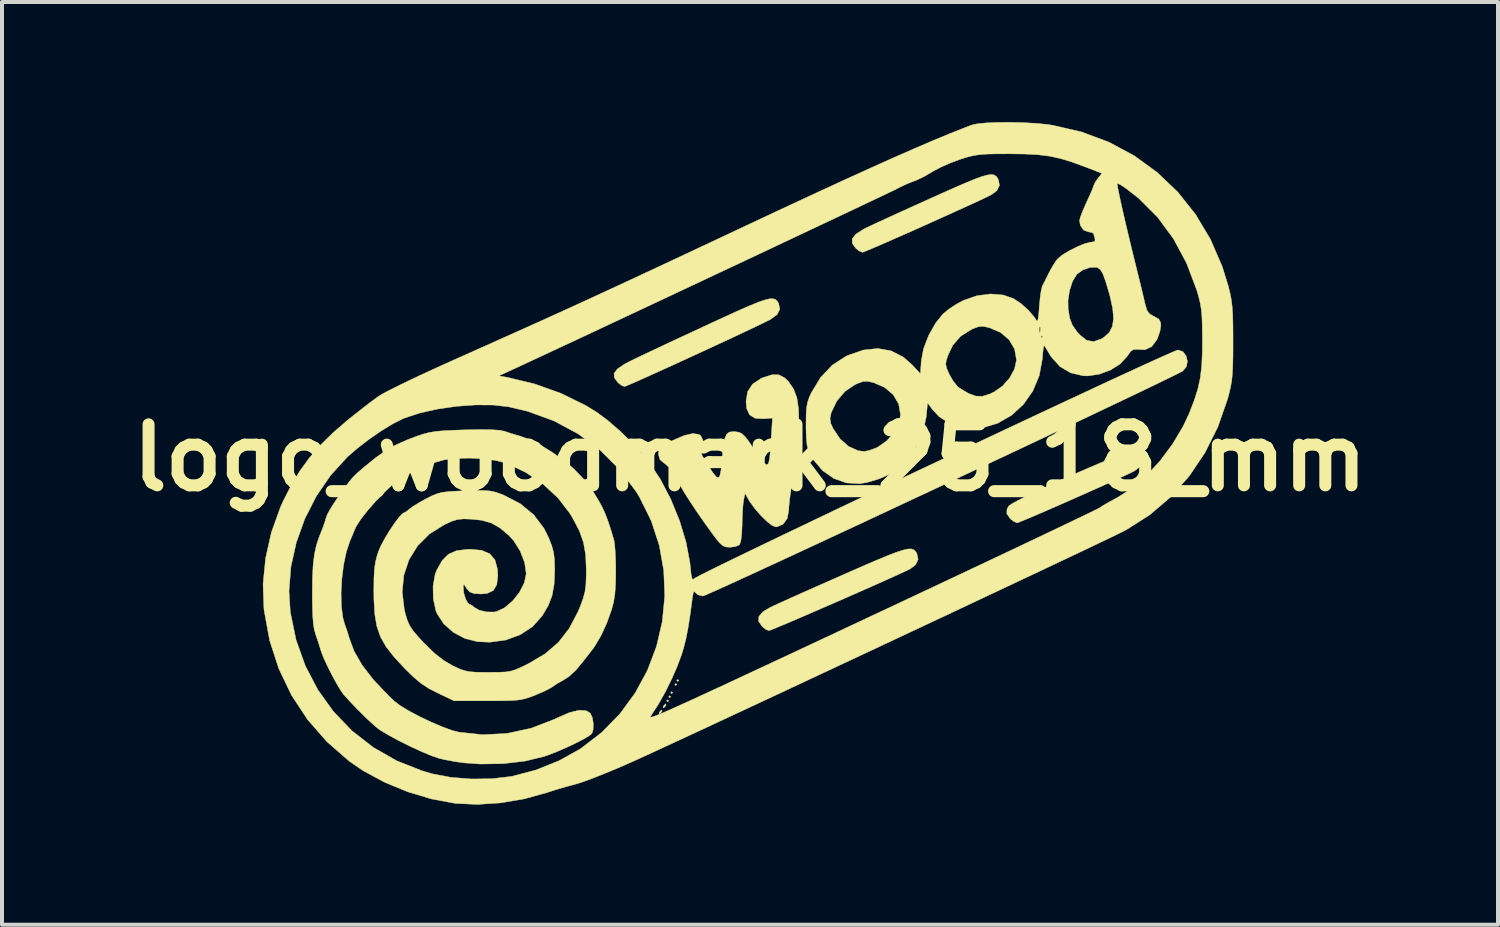
<source format=kicad_pcb>
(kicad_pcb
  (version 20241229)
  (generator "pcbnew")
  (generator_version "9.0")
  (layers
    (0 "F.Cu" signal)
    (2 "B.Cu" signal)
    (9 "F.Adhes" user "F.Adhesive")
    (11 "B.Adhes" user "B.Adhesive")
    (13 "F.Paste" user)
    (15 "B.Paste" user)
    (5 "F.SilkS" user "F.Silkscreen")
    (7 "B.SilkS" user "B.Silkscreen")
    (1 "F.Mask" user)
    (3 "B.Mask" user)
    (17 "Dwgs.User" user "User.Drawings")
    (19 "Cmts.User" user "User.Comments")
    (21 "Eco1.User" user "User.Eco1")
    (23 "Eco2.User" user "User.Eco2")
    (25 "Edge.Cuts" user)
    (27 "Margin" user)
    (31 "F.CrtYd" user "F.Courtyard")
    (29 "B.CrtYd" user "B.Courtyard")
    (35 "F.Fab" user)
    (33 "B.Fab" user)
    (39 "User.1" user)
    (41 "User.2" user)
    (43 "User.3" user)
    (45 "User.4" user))
  (footprint "logo_woodmark_25_18_mm"
    (layer "F.Cu")
    (at 15.683 8.383)
    (property "Reference" "logo_woodmark_25_18_mm" (at 0 0 0) (layer "F.SilkS") (effects (font (size 1.524 1.524) (thickness 0.3))))
    (attr through_hole)
    (fp_poly (pts (xy -2.032 6.071) (xy -2.057 6.096) (xy -2.083 6.071) (xy -2.057 6.045) (xy -2.032 6.071)) (stroke (width 0.01) (type solid)) (fill yes) (layer "F.SilkS"))
    (fp_poly (pts (xy -1.981 5.969) (xy -2.007 5.994) (xy -2.032 5.969) (xy -2.007 5.944) (xy -1.981 5.969)) (stroke (width 0.01) (type solid)) (fill yes) (layer "F.SilkS"))
    (fp_poly (pts (xy -1.93 5.867) (xy -1.956 5.893) (xy -1.981 5.867) (xy -1.956 5.842) (xy -1.93 5.867)) (stroke (width 0.01) (type solid)) (fill yes) (layer "F.SilkS"))
    (fp_poly (pts (xy -1.829 5.664) (xy -1.854 5.69) (xy -1.88 5.664) (xy -1.854 5.639) (xy -1.829 5.664)) (stroke (width 0.01) (type solid)) (fill yes) (layer "F.SilkS"))
    (fp_poly (pts (xy -1.778 5.563) (xy -1.803 5.588) (xy -1.829 5.563) (xy -1.803 5.537) (xy -1.778 5.563)) (stroke (width 0.01) (type solid)) (fill yes) (layer "F.SilkS"))
    (fp_poly (pts (xy -2.2 6.332) (xy -2.21 6.35) (xy -2.258 6.399) (xy -2.267 6.401) (xy -2.27 6.368) (xy -2.261 6.35) (xy -2.213 6.301) (xy -2.204 6.299) (xy -2.2 6.332)) (stroke (width 0.01) (type solid)) (fill yes) (layer "F.SilkS"))
    (fp_poly (pts (xy -2.099 6.18) (xy -2.108 6.198) (xy -2.156 6.246) (xy -2.165 6.248) (xy -2.168 6.216) (xy -2.159 6.198) (xy -2.111 6.149) (xy -2.102 6.147) (xy -2.099 6.18)) (stroke (width 0.01) (type solid)) (fill yes) (layer "F.SilkS"))
    (fp_poly (pts (xy 9.712 -0.103) (xy 9.781 0.028) (xy 9.778 0.155) (xy 9.713 0.246) (xy 9.598 0.332) (xy 9.586 0.338) (xy 9.461 0.399) (xy 9.269 0.489) (xy 9.023 0.602) (xy 8.737 0.731) (xy 8.426 0.87) (xy 8.104 1.013) (xy 7.783 1.155) (xy 7.478 1.288) (xy 7.202 1.408) (xy 6.97 1.507) (xy 6.796 1.579) (xy 6.693 1.62) (xy 6.671 1.626) (xy 6.588 1.592) (xy 6.502 1.524) (xy 6.414 1.399) (xy 6.419 1.28) (xy 6.464 1.203) (xy 6.531 1.155) (xy 6.677 1.074) (xy 6.888 0.968) (xy 7.151 0.841) (xy 7.451 0.702) (xy 7.776 0.554) (xy 8.11 0.405) (xy 8.442 0.261) (xy 8.756 0.127) (xy 9.039 0.01) (xy 9.278 -0.084) (xy 9.458 -0.149) (xy 9.566 -0.179) (xy 9.587 -0.179) (xy 9.712 -0.103)) (stroke (width 0.01) (type solid)) (fill yes) (layer "F.SilkS"))
    (fp_poly (pts (xy 4.09 2.297) (xy 4.134 2.338) (xy 4.168 2.393) (xy 4.199 2.541) (xy 4.133 2.676) (xy 3.997 2.777) (xy 3.886 2.831) (xy 3.703 2.916) (xy 3.461 3.025) (xy 3.172 3.155) (xy 2.848 3.298) (xy 2.503 3.45) (xy 2.149 3.606) (xy 1.798 3.758) (xy 1.463 3.903) (xy 1.158 4.035) (xy 0.893 4.148) (xy 0.682 4.236) (xy 0.538 4.295) (xy 0.473 4.318) (xy 0.471 4.318) (xy 0.39 4.285) (xy 0.305 4.216) (xy 0.215 4.086) (xy 0.221 3.964) (xy 0.325 3.845) (xy 0.502 3.739) (xy 0.604 3.691) (xy 0.787 3.607) (xy 1.037 3.494) (xy 1.341 3.358) (xy 1.687 3.205) (xy 2.062 3.039) (xy 2.322 2.924) (xy 2.768 2.728) (xy 3.132 2.571) (xy 3.421 2.451) (xy 3.646 2.364) (xy 3.816 2.308) (xy 3.941 2.28) (xy 4.029 2.277) (xy 4.09 2.297)) (stroke (width 0.01) (type solid)) (fill yes) (layer "F.SilkS"))
    (fp_poly (pts (xy 6.098 -7.063) (xy 6.15 -7.028) (xy 6.19 -6.973) (xy 6.2 -6.954) (xy 6.231 -6.806) (xy 6.165 -6.671) (xy 6.029 -6.57) (xy 5.908 -6.51) (xy 5.718 -6.42) (xy 5.472 -6.307) (xy 5.183 -6.175) (xy 4.864 -6.031) (xy 4.529 -5.88) (xy 4.191 -5.728) (xy 3.861 -5.582) (xy 3.555 -5.447) (xy 3.284 -5.328) (xy 3.062 -5.233) (xy 2.902 -5.166) (xy 2.817 -5.133) (xy 2.808 -5.131) (xy 2.727 -5.164) (xy 2.642 -5.232) (xy 2.553 -5.357) (xy 2.553 -5.472) (xy 2.645 -5.586) (xy 2.833 -5.706) (xy 2.889 -5.735) (xy 3.009 -5.793) (xy 3.207 -5.885) (xy 3.469 -6.005) (xy 3.778 -6.147) (xy 4.122 -6.303) (xy 4.485 -6.467) (xy 4.556 -6.499) (xy 4.973 -6.686) (xy 5.307 -6.832) (xy 5.569 -6.942) (xy 5.77 -7.017) (xy 5.918 -7.06) (xy 6.024 -7.075) (xy 6.098 -7.063)) (stroke (width 0.01) (type solid)) (fill yes) (layer "F.SilkS"))
    (fp_poly (pts (xy 0.636 -3.952) (xy 0.68 -3.911) (xy 0.714 -3.855) (xy 0.745 -3.71) (xy 0.676 -3.576) (xy 0.506 -3.453) (xy 0.492 -3.446) (xy 0.345 -3.373) (xy 0.132 -3.271) (xy -0.134 -3.144) (xy -0.442 -3) (xy -0.779 -2.843) (xy -1.134 -2.679) (xy -1.494 -2.513) (xy -1.847 -2.351) (xy -2.181 -2.199) (xy -2.483 -2.062) (xy -2.742 -1.946) (xy -2.945 -1.856) (xy -3.081 -1.798) (xy -3.136 -1.778) (xy -3.217 -1.811) (xy -3.302 -1.88) (xy -3.389 -1.998) (xy -3.395 -2.107) (xy -3.314 -2.216) (xy -3.143 -2.334) (xy -3.003 -2.408) (xy -2.875 -2.471) (xy -2.669 -2.569) (xy -2.398 -2.697) (xy -2.077 -2.848) (xy -1.719 -3.015) (xy -1.338 -3.192) (xy -1.108 -3.299) (xy -0.667 -3.503) (xy -0.309 -3.666) (xy -0.023 -3.792) (xy 0.199 -3.882) (xy 0.366 -3.941) (xy 0.489 -3.97) (xy 0.576 -3.973) (xy 0.636 -3.952)) (stroke (width 0.01) (type solid)) (fill yes) (layer "F.SilkS"))
    (fp_poly (pts (xy 0.721 -2.071) (xy 0.869 -1.993) (xy 0.957 -1.906) (xy 1.089 -1.718) (xy 1.171 -1.496) (xy 1.212 -1.217) (xy 1.219 -0.991) (xy 1.21 -0.759) (xy 1.186 -0.454) (xy 1.149 -0.1) (xy 1.102 0.276) (xy 1.048 0.648) (xy 1.017 0.838) (xy 0.989 1.041) (xy 0.97 1.236) (xy 0.965 1.333) (xy 0.927 1.522) (xy 0.826 1.66) (xy 0.678 1.725) (xy 0.64 1.727) (xy 0.548 1.689) (xy 0.418 1.587) (xy 0.27 1.442) (xy 0.123 1.273) (xy -0.002 1.102) (xy -0.054 1.016) (xy -0.123 0.889) (xy -0.157 1.041) (xy -0.173 1.161) (xy -0.187 1.349) (xy -0.196 1.571) (xy -0.197 1.654) (xy -0.207 1.898) (xy -0.229 2.075) (xy -0.26 2.17) (xy -0.264 2.174) (xy -0.353 2.215) (xy -0.49 2.235) (xy -0.508 2.235) (xy -0.605 2.228) (xy -0.684 2.195) (xy -0.767 2.119) (xy -0.876 1.984) (xy -0.939 1.898) (xy -1.136 1.625) (xy -1.327 1.35) (xy -1.498 1.094) (xy -1.635 0.878) (xy -1.719 0.734) (xy -1.804 0.575) (xy -1.892 0.408) (xy -1.896 0.401) (xy -1.999 0.259) (xy -2.125 0.148) (xy -2.138 0.141) (xy -2.249 0.048) (xy -2.286 -0.077) (xy -2.286 -0.099) (xy -2.278 -0.181) (xy -2.24 -0.246) (xy -2.153 -0.312) (xy -2 -0.397) (xy -1.932 -0.431) (xy -1.646 -0.555) (xy -1.427 -0.605) (xy -1.275 -0.582) (xy -1.229 -0.549) (xy -1.176 -0.436) (xy -1.18 -0.301) (xy -1.224 -0.218) (xy -1.236 -0.161) (xy -1.195 -0.054) (xy -1.097 0.116) (xy -1.038 0.208) (xy -0.924 0.378) (xy -0.843 0.477) (xy -0.787 0.498) (xy -0.749 0.437) (xy -0.721 0.287) (xy -0.696 0.042) (xy -0.688 -0.05) (xy -0.662 -0.311) (xy -0.629 -0.487) (xy -0.582 -0.592) (xy -0.513 -0.642) (xy -0.413 -0.653) (xy -0.366 -0.651) (xy -0.279 -0.637) (xy -0.205 -0.603) (xy -0.129 -0.533) (xy -0.034 -0.412) (xy 0.097 -0.222) (xy 0.123 -0.185) (xy 0.256 0.01) (xy 0.352 0.133) (xy 0.417 0.179) (xy 0.461 0.143) (xy 0.489 0.02) (xy 0.51 -0.195) (xy 0.527 -0.458) (xy 0.56 -0.991) (xy 0.336 -0.974) (xy 0.127 -0.987) (xy -0.011 -1.071) (xy -0.084 -1.23) (xy -0.1 -1.41) (xy -0.059 -1.652) (xy 0.064 -1.839) (xy 0.274 -1.98) (xy 0.324 -2.002) (xy 0.548 -2.073) (xy 0.721 -2.071)) (stroke (width 0.01) (type solid)) (fill yes) (layer "F.SilkS"))
    (fp_poly (pts (xy -6.446 -0.7) (xy -6.244 -0.685) (xy -6.135 -0.662) (xy -5.979 -0.61) (xy -5.791 -0.554) (xy -5.736 -0.539) (xy -5.503 -0.452) (xy -5.228 -0.312) (xy -4.938 -0.135) (xy -4.662 0.059) (xy -4.43 0.252) (xy -4.37 0.31) (xy -4.212 0.473) (xy -4.102 0.593) (xy -4.018 0.697) (xy -3.938 0.814) (xy -3.84 0.974) (xy -3.799 1.041) (xy -3.706 1.205) (xy -3.627 1.373) (xy -3.552 1.568) (xy -3.47 1.818) (xy -3.398 2.061) (xy -3.38 2.173) (xy -3.366 2.359) (xy -3.356 2.594) (xy -3.353 2.835) (xy -3.358 3.152) (xy -3.375 3.399) (xy -3.408 3.606) (xy -3.458 3.796) (xy -3.579 4.134) (xy -3.726 4.451) (xy -3.882 4.714) (xy -3.933 4.783) (xy -4.041 4.923) (xy -4.152 5.066) (xy -4.348 5.303) (xy -4.524 5.466) (xy -4.679 5.564) (xy -4.815 5.639) (xy -4.919 5.71) (xy -4.928 5.717) (xy -5.011 5.767) (xy -5.158 5.84) (xy -5.34 5.918) (xy -5.359 5.927) (xy -5.497 5.98) (xy -5.616 6.018) (xy -5.738 6.044) (xy -5.884 6.06) (xy -6.075 6.067) (xy -6.333 6.07) (xy -6.553 6.071) (xy -7.391 6.071) (xy -7.804 5.875) (xy -8.025 5.761) (xy -8.213 5.638) (xy -8.4 5.482) (xy -8.617 5.27) (xy -8.621 5.266) (xy -8.888 4.979) (xy -9.087 4.724) (xy -9.228 4.477) (xy -9.32 4.214) (xy -9.372 3.911) (xy -9.394 3.545) (xy -9.396 3.302) (xy -9.393 3.009) (xy -9.381 2.79) (xy -9.357 2.614) (xy -9.318 2.455) (xy -9.279 2.336) (xy -9.212 2.183) (xy -9.113 2.001) (xy -8.996 1.809) (xy -8.875 1.63) (xy -8.764 1.484) (xy -8.677 1.392) (xy -8.637 1.372) (xy -8.579 1.341) (xy -8.506 1.28) (xy -8.412 1.211) (xy -8.259 1.118) (xy -8.081 1.019) (xy -8.077 1.017) (xy -7.933 0.945) (xy -7.81 0.896) (xy -7.684 0.864) (xy -7.527 0.845) (xy -7.313 0.832) (xy -7.11 0.825) (xy -6.838 0.817) (xy -6.641 0.818) (xy -6.493 0.83) (xy -6.368 0.856) (xy -6.24 0.899) (xy -6.155 0.932) (xy -5.738 1.148) (xy -5.402 1.425) (xy -5.146 1.764) (xy -5.032 1.992) (xy -4.953 2.194) (xy -4.906 2.366) (xy -4.884 2.548) (xy -4.878 2.784) (xy -4.878 2.818) (xy -4.893 3.162) (xy -4.944 3.443) (xy -5.04 3.693) (xy -5.191 3.948) (xy -5.194 3.953) (xy -5.434 4.22) (xy -5.742 4.422) (xy -6.102 4.553) (xy -6.497 4.607) (xy -6.803 4.594) (xy -7.121 4.514) (xy -7.409 4.361) (xy -7.647 4.151) (xy -7.813 3.901) (xy -7.847 3.817) (xy -7.911 3.522) (xy -7.917 3.21) (xy -7.867 2.921) (xy -7.825 2.808) (xy -7.69 2.567) (xy -7.532 2.409) (xy -7.327 2.32) (xy -7.056 2.287) (xy -6.979 2.286) (xy -6.699 2.313) (xy -6.499 2.399) (xy -6.371 2.552) (xy -6.309 2.778) (xy -6.299 2.949) (xy -6.326 3.172) (xy -6.412 3.316) (xy -6.565 3.389) (xy -6.718 3.403) (xy -6.893 3.392) (xy -7.002 3.35) (xy -7.081 3.261) (xy -7.102 3.226) (xy -7.144 3.162) (xy -7.159 3.185) (xy -7.161 3.262) (xy -7.145 3.394) (xy -7.103 3.528) (xy -7.049 3.627) (xy -7.006 3.658) (xy -6.943 3.69) (xy -6.888 3.737) (xy -6.763 3.808) (xy -6.586 3.85) (xy -6.402 3.854) (xy -6.336 3.843) (xy -6.129 3.746) (xy -5.929 3.576) (xy -5.758 3.36) (xy -5.638 3.125) (xy -5.59 2.9) (xy -5.59 2.895) (xy -5.629 2.618) (xy -5.74 2.33) (xy -5.906 2.067) (xy -6.016 1.946) (xy -6.245 1.753) (xy -6.461 1.63) (xy -6.701 1.562) (xy -6.942 1.535) (xy -7.149 1.527) (xy -7.302 1.541) (xy -7.449 1.586) (xy -7.634 1.671) (xy -8.006 1.904) (xy -8.302 2.199) (xy -8.517 2.546) (xy -8.647 2.935) (xy -8.687 3.356) (xy -8.634 3.8) (xy -8.609 3.898) (xy -8.56 4.06) (xy -8.501 4.193) (xy -8.415 4.322) (xy -8.287 4.473) (xy -8.138 4.632) (xy -7.882 4.882) (xy -7.649 5.064) (xy -7.424 5.195) (xy -7.269 5.268) (xy -7.14 5.315) (xy -7.009 5.343) (xy -6.845 5.356) (xy -6.619 5.359) (xy -6.529 5.359) (xy -6.282 5.358) (xy -6.105 5.35) (xy -5.966 5.328) (xy -5.834 5.284) (xy -5.675 5.213) (xy -5.524 5.138) (xy -5.116 4.896) (xy -4.785 4.61) (xy -4.515 4.262) (xy -4.292 3.837) (xy -4.233 3.693) (xy -4.165 3.507) (xy -4.122 3.344) (xy -4.099 3.169) (xy -4.091 2.948) (xy -4.09 2.794) (xy -4.105 2.428) (xy -4.159 2.117) (xy -4.262 1.825) (xy -4.425 1.514) (xy -4.507 1.379) (xy -4.8 1) (xy -5.171 0.657) (xy -5.598 0.368) (xy -6.057 0.149) (xy -6.121 0.125) (xy -6.361 0.066) (xy -6.664 0.026) (xy -6.996 0.009) (xy -7.319 0.014) (xy -7.6 0.045) (xy -7.636 0.052) (xy -7.888 0.122) (xy -8.169 0.227) (xy -8.447 0.353) (xy -8.688 0.486) (xy -8.85 0.601) (xy -9.093 0.824) (xy -9.329 1.065) (xy -9.541 1.305) (xy -9.715 1.526) (xy -9.834 1.709) (xy -9.867 1.778) (xy -9.922 1.913) (xy -9.989 2.071) (xy -9.994 2.083) (xy -10.083 2.349) (xy -10.151 2.673) (xy -10.195 3.026) (xy -10.214 3.383) (xy -10.206 3.716) (xy -10.169 3.997) (xy -10.129 4.14) (xy -10.069 4.311) (xy -10.019 4.471) (xy -10.012 4.496) (xy -9.89 4.83) (xy -9.692 5.174) (xy -9.414 5.536) (xy -9.048 5.923) (xy -8.885 6.079) (xy -8.733 6.194) (xy -8.511 6.328) (xy -8.243 6.469) (xy -7.957 6.605) (xy -7.678 6.724) (xy -7.431 6.813) (xy -7.277 6.853) (xy -6.674 6.918) (xy -6.066 6.885) (xy -5.467 6.756) (xy -4.891 6.534) (xy -4.824 6.501) (xy -4.514 6.366) (xy -4.27 6.306) (xy -4.089 6.319) (xy -3.991 6.379) (xy -3.94 6.484) (xy -3.914 6.639) (xy -3.919 6.794) (xy -3.95 6.89) (xy -4.02 6.946) (xy -4.163 7.03) (xy -4.356 7.129) (xy -4.578 7.234) (xy -4.808 7.334) (xy -5.022 7.419) (xy -5.142 7.461) (xy -5.628 7.578) (xy -6.171 7.641) (xy -6.741 7.65) (xy -7.163 7.619) (xy -7.395 7.585) (xy -7.639 7.538) (xy -7.776 7.505) (xy -7.963 7.44) (xy -8.209 7.337) (xy -8.485 7.21) (xy -8.764 7.071) (xy -9.018 6.934) (xy -9.22 6.814) (xy -9.293 6.763) (xy -9.425 6.651) (xy -9.602 6.485) (xy -9.801 6.287) (xy -10 6.08) (xy -10.148 5.917) (xy -10.231 5.8) (xy -10.339 5.618) (xy -10.456 5.401) (xy -10.568 5.175) (xy -10.661 4.971) (xy -10.718 4.817) (xy -10.723 4.801) (xy -10.766 4.657) (xy -10.826 4.479) (xy -10.847 4.42) (xy -10.883 4.296) (xy -10.908 4.139) (xy -10.923 3.929) (xy -10.931 3.648) (xy -10.933 3.404) (xy -10.929 3.001) (xy -10.912 2.677) (xy -10.88 2.412) (xy -10.83 2.183) (xy -10.758 1.969) (xy -10.722 1.88) (xy -10.657 1.715) (xy -10.608 1.568) (xy -10.597 1.524) (xy -10.558 1.416) (xy -10.473 1.263) (xy -10.337 1.052) (xy -10.142 0.775) (xy -10.132 0.762) (xy -10.017 0.606) (xy -9.92 0.49) (xy -9.812 0.383) (xy -9.661 0.252) (xy -9.619 0.217) (xy -9.333 -0.014) (xy -9.081 -0.19) (xy -8.828 -0.33) (xy -8.541 -0.456) (xy -8.324 -0.537) (xy -8.169 -0.59) (xy -8.022 -0.628) (xy -7.863 -0.655) (xy -7.668 -0.674) (xy -7.414 -0.687) (xy -7.125 -0.697) (xy -6.738 -0.704) (xy -6.446 -0.7)) (stroke (width 0.01) (type solid)) (fill yes) (layer "F.SilkS"))
    (fp_poly (pts (xy 6.829 -8.37) (xy 7.146 -8.352) (xy 7.43 -8.324) (xy 7.547 -8.307) (xy 8.278 -8.139) (xy 8.962 -7.884) (xy 9.595 -7.545) (xy 10.17 -7.127) (xy 10.683 -6.637) (xy 11.129 -6.077) (xy 11.501 -5.454) (xy 11.796 -4.771) (xy 11.945 -4.289) (xy 11.989 -4.112) (xy 12.021 -3.948) (xy 12.042 -3.776) (xy 12.056 -3.573) (xy 12.062 -3.319) (xy 12.064 -2.99) (xy 12.064 -2.896) (xy 12.063 -2.553) (xy 12.058 -2.289) (xy 12.047 -2.083) (xy 12.029 -1.912) (xy 12 -1.754) (xy 11.96 -1.586) (xy 11.927 -1.464) (xy 11.686 -0.772) (xy 11.365 -0.129) (xy 10.971 0.457) (xy 10.508 0.979) (xy 9.984 1.427) (xy 9.405 1.795) (xy 9.312 1.844) (xy 9.182 1.908) (xy 8.967 2.012) (xy 8.674 2.152) (xy 8.31 2.325) (xy 7.883 2.527) (xy 7.4 2.756) (xy 6.867 3.007) (xy 6.293 3.278) (xy 5.683 3.565) (xy 5.046 3.865) (xy 4.388 4.174) (xy 3.717 4.489) (xy 3.04 4.807) (xy 2.363 5.124) (xy 1.694 5.437) (xy 1.041 5.743) (xy 0.41 6.038) (xy -0.192 6.319) (xy -0.757 6.582) (xy -1.278 6.825) (xy -1.748 7.043) (xy -2.16 7.234) (xy -2.507 7.394) (xy -2.782 7.52) (xy -2.977 7.609) (xy -3.012 7.624) (xy -3.332 7.763) (xy -3.645 7.893) (xy -3.929 8.005) (xy -4.165 8.092) (xy -4.333 8.147) (xy -4.358 8.153) (xy -4.589 8.215) (xy -4.854 8.293) (xy -5.074 8.364) (xy -5.638 8.52) (xy -6.227 8.62) (xy -6.807 8.659) (xy -7.347 8.634) (xy -7.366 8.632) (xy -7.954 8.523) (xy -8.553 8.343) (xy -9.133 8.103) (xy -9.666 7.815) (xy -10.008 7.581) (xy -10.568 7.092) (xy -11.051 6.54) (xy -11.452 5.931) (xy -11.769 5.27) (xy -11.998 4.565) (xy -12.135 3.819) (xy -12.141 3.772) (xy -12.157 3.33) (xy -11.515 3.33) (xy -11.482 3.857) (xy -11.338 4.551) (xy -11.106 5.2) (xy -10.792 5.799) (xy -10.402 6.342) (xy -9.94 6.822) (xy -9.413 7.232) (xy -8.826 7.568) (xy -8.184 7.822) (xy -7.924 7.897) (xy -7.467 7.983) (xy -6.961 8.023) (xy -6.45 8.017) (xy -5.977 7.962) (xy -5.935 7.954) (xy -5.345 7.798) (xy -4.768 7.566) (xy -4.242 7.273) (xy -4.231 7.266) (xy -3.702 6.86) (xy -3.246 6.391) (xy -2.865 5.87) (xy -2.56 5.306) (xy -2.335 4.709) (xy -2.191 4.089) (xy -2.13 3.455) (xy -2.155 2.818) (xy -2.267 2.186) (xy -2.469 1.571) (xy -2.762 0.981) (xy -2.847 0.843) (xy -3.262 0.29) (xy -3.745 -0.191) (xy -4.292 -0.596) (xy -4.895 -0.92) (xy -5.55 -1.159) (xy -6.03 -1.273) (xy -6.413 -1.317) (xy -6.857 -1.319) (xy -7.332 -1.285) (xy -7.806 -1.216) (xy -8.249 -1.117) (xy -8.631 -0.991) (xy -8.661 -0.979) (xy -8.912 -0.853) (xy -9.206 -0.674) (xy -9.514 -0.462) (xy -9.809 -0.235) (xy -10.054 -0.023) (xy -10.473 0.436) (xy -10.83 0.956) (xy -11.118 1.521) (xy -11.332 2.115) (xy -11.467 2.723) (xy -11.515 3.33) (xy -12.157 3.33) (xy -12.163 3.151) (xy -12.099 2.507) (xy -11.954 1.861) (xy -11.73 1.238) (xy -11.66 1.082) (xy -11.461 0.691) (xy -11.249 0.338) (xy -11.011 0.009) (xy -10.737 -0.308) (xy -10.413 -0.626) (xy -10.03 -0.957) (xy -9.574 -1.316) (xy -9.288 -1.529) (xy -9.184 -1.592) (xy -9 -1.69) (xy -8.747 -1.816) (xy -8.438 -1.965) (xy -8.265 -2.046) (xy -6.274 -2.046) (xy -6.071 -2.01) (xy -5.382 -1.845) (xy -4.719 -1.608) (xy -4.106 -1.307) (xy -3.825 -1.135) (xy -3.554 -0.933) (xy -3.255 -0.674) (xy -2.956 -0.385) (xy -2.686 -0.092) (xy -2.528 0.102) (xy -2.237 0.54) (xy -1.977 1.04) (xy -1.76 1.572) (xy -1.598 2.107) (xy -1.502 2.616) (xy -1.49 2.73) (xy -1.47 2.919) (xy -1.448 3.019) (xy -1.422 3.041) (xy -1.402 3.023) (xy -1.348 2.99) (xy -1.209 2.917) (xy -0.991 2.808) (xy -0.701 2.665) (xy -0.345 2.492) (xy 0.07 2.291) (xy 0.537 2.066) (xy 1.049 1.821) (xy 1.601 1.557) (xy 2.185 1.278) (xy 2.795 0.988) (xy 3.424 0.689) (xy 4.066 0.385) (xy 4.714 0.079) (xy 5.361 -0.226) (xy 6 -0.528) (xy 6.626 -0.822) (xy 7.231 -1.106) (xy 7.809 -1.376) (xy 8.353 -1.63) (xy 8.856 -1.865) (xy 9.313 -2.076) (xy 9.715 -2.262) (xy 10.058 -2.418) (xy 10.333 -2.542) (xy 10.535 -2.631) (xy 10.656 -2.682) (xy 10.69 -2.692) (xy 10.813 -2.65) (xy 10.893 -2.544) (xy 10.924 -2.407) (xy 10.898 -2.271) (xy 10.808 -2.166) (xy 10.808 -2.166) (xy 10.726 -2.122) (xy 10.56 -2.039) (xy 10.318 -1.921) (xy 10.006 -1.77) (xy 9.631 -1.59) (xy 9.199 -1.384) (xy 8.717 -1.155) (xy 8.192 -0.906) (xy 7.63 -0.641) (xy 7.038 -0.361) (xy 6.422 -0.071) (xy 5.79 0.226) (xy 5.148 0.528) (xy 4.502 0.831) (xy 3.86 1.131) (xy 3.228 1.427) (xy 2.612 1.715) (xy 2.019 1.991) (xy 1.456 2.253) (xy 0.93 2.497) (xy 0.447 2.72) (xy 0.014 2.92) (xy -0.363 3.093) (xy -0.676 3.236) (xy -0.92 3.345) (xy -1.087 3.419) (xy -1.171 3.452) (xy -1.179 3.454) (xy -1.3 3.424) (xy -1.364 3.368) (xy -1.396 3.336) (xy -1.42 3.383) (xy -1.443 3.519) (xy -1.444 3.533) (xy -1.498 3.936) (xy -1.549 4.259) (xy -1.601 4.525) (xy -1.659 4.754) (xy -1.707 4.912) (xy -1.817 5.208) (xy -1.961 5.537) (xy -2.122 5.861) (xy -2.281 6.144) (xy -2.357 6.263) (xy -2.436 6.382) (xy -2.483 6.461) (xy -2.489 6.476) (xy -2.48 6.482) (xy -2.451 6.477) (xy -2.396 6.459) (xy -2.31 6.426) (xy -2.191 6.377) (xy -2.032 6.308) (xy -1.83 6.217) (xy -1.58 6.104) (xy -1.277 5.965) (xy -0.917 5.799) (xy -0.494 5.603) (xy -0.006 5.375) (xy 0.554 5.114) (xy 1.189 4.817) (xy 1.904 4.482) (xy 2.703 4.107) (xy 3.226 3.862) (xy 3.927 3.533) (xy 4.602 3.215) (xy 5.247 2.911) (xy 5.856 2.624) (xy 6.422 2.357) (xy 6.94 2.111) (xy 7.404 1.891) (xy 7.808 1.698) (xy 8.147 1.536) (xy 8.415 1.407) (xy 8.606 1.314) (xy 8.715 1.26) (xy 8.738 1.247) (xy 8.817 1.194) (xy 8.96 1.111) (xy 9.139 1.014) (xy 9.184 0.99) (xy 9.542 0.76) (xy 9.9 0.449) (xy 10.243 0.076) (xy 10.554 -0.342) (xy 10.818 -0.785) (xy 10.969 -1.108) (xy 11.095 -1.434) (xy 11.186 -1.721) (xy 11.247 -1.999) (xy 11.282 -2.299) (xy 11.297 -2.648) (xy 11.299 -2.946) (xy 11.296 -3.262) (xy 11.288 -3.502) (xy 11.273 -3.692) (xy 11.246 -3.857) (xy 11.206 -4.023) (xy 11.159 -4.184) (xy 10.904 -4.859) (xy 10.576 -5.47) (xy 10.176 -6.011) (xy 9.707 -6.481) (xy 9.357 -6.752) (xy 9.248 -6.821) (xy 9.18 -6.852) (xy 9.171 -6.851) (xy 9.176 -6.796) (xy 9.202 -6.656) (xy 9.247 -6.443) (xy 9.308 -6.169) (xy 9.382 -5.847) (xy 9.467 -5.491) (xy 9.558 -5.113) (xy 9.654 -4.725) (xy 9.654 -4.724) (xy 9.72 -4.458) (xy 9.782 -4.203) (xy 9.833 -3.989) (xy 9.866 -3.846) (xy 9.912 -3.688) (xy 9.975 -3.597) (xy 10.081 -3.535) (xy 10.091 -3.531) (xy 10.209 -3.465) (xy 10.256 -3.379) (xy 10.262 -3.303) (xy 10.238 -3.156) (xy 10.179 -2.987) (xy 10.159 -2.945) (xy 10.033 -2.776) (xy 9.869 -2.699) (xy 9.673 -2.706) (xy 9.582 -2.706) (xy 9.505 -2.653) (xy 9.417 -2.53) (xy 9.247 -2.344) (xy 9.008 -2.193) (xy 8.729 -2.088) (xy 8.441 -2.044) (xy 8.324 -2.047) (xy 8.008 -2.12) (xy 7.739 -2.279) (xy 7.516 -2.529) (xy 7.407 -2.712) (xy 7.368 -2.781) (xy 7.344 -2.798) (xy 7.327 -2.749) (xy 7.313 -2.621) (xy 7.302 -2.471) (xy 7.223 -2.048) (xy 7.062 -1.664) (xy 6.828 -1.331) (xy 6.531 -1.059) (xy 6.181 -0.859) (xy 5.79 -0.743) (xy 5.669 -0.726) (xy 5.328 -0.739) (xy 5.006 -0.842) (xy 4.724 -1.026) (xy 4.551 -1.213) (xy 4.434 -1.371) (xy 4.403 -1.035) (xy 4.334 -0.694) (xy 4.2 -0.353) (xy 4.017 -0.042) (xy 3.801 0.207) (xy 3.74 0.258) (xy 3.512 0.401) (xy 3.228 0.526) (xy 2.934 0.615) (xy 2.746 0.647) (xy 2.408 0.629) (xy 2.092 0.517) (xy 1.811 0.32) (xy 1.58 0.046) (xy 1.508 -0.076) (xy 1.457 -0.191) (xy 1.424 -0.318) (xy 1.407 -0.484) (xy 1.399 -0.717) (xy 1.399 -0.813) (xy 1.4 -0.979) (xy 1.997 -0.979) (xy 2.016 -0.859) (xy 2.073 -0.733) (xy 2.247 -0.473) (xy 2.461 -0.284) (xy 2.698 -0.177) (xy 2.845 -0.157) (xy 2.965 -0.179) (xy 3.124 -0.236) (xy 3.2 -0.271) (xy 3.412 -0.42) (xy 3.589 -0.621) (xy 3.712 -0.847) (xy 3.759 -1.067) (xy 3.759 -1.075) (xy 3.712 -1.344) (xy 3.576 -1.575) (xy 3.362 -1.757) (xy 3.088 -1.876) (xy 2.942 -1.909) (xy 2.828 -1.906) (xy 2.697 -1.86) (xy 2.619 -1.825) (xy 2.372 -1.657) (xy 2.168 -1.418) (xy 2.032 -1.138) (xy 2.026 -1.118) (xy 1.997 -0.979) (xy 1.4 -0.979) (xy 1.401 -1.065) (xy 1.412 -1.246) (xy 1.437 -1.385) (xy 1.481 -1.513) (xy 1.533 -1.626) (xy 1.767 -2.011) (xy 2.058 -2.316) (xy 2.401 -2.537) (xy 2.437 -2.554) (xy 2.829 -2.69) (xy 3.192 -2.729) (xy 3.525 -2.67) (xy 3.829 -2.515) (xy 4.057 -2.313) (xy 4.256 -2.097) (xy 4.271 -2.331) (xy 4.888 -2.331) (xy 4.913 -2.229) (xy 4.979 -2.081) (xy 5.071 -1.92) (xy 5.175 -1.789) (xy 5.228 -1.743) (xy 5.455 -1.608) (xy 5.637 -1.54) (xy 5.803 -1.535) (xy 5.983 -1.59) (xy 6.096 -1.643) (xy 6.308 -1.791) (xy 6.485 -1.993) (xy 6.607 -2.218) (xy 6.655 -2.439) (xy 6.655 -2.447) (xy 6.607 -2.715) (xy 6.472 -2.947) (xy 6.382 -3.023) (xy 7.264 -3.023) (xy 7.29 -2.997) (xy 7.315 -3.023) (xy 7.29 -3.048) (xy 7.264 -3.023) (xy 6.382 -3.023) (xy 6.258 -3.129) (xy 6.092 -3.2) (xy 7.222 -3.2) (xy 7.23 -3.128) (xy 7.247 -3.137) (xy 7.254 -3.241) (xy 7.247 -3.264) (xy 7.229 -3.27) (xy 7.222 -3.2) (xy 6.092 -3.2) (xy 5.983 -3.247) (xy 5.833 -3.281) (xy 5.716 -3.276) (xy 5.58 -3.227) (xy 5.528 -3.203) (xy 5.259 -3.034) (xy 5.065 -2.811) (xy 4.952 -2.576) (xy 4.902 -2.432) (xy 4.888 -2.331) (xy 4.271 -2.331) (xy 4.276 -2.41) (xy 4.334 -2.722) (xy 4.46 -3.052) (xy 4.635 -3.362) (xy 4.815 -3.586) (xy 4.959 -3.707) (xy 5.154 -3.835) (xy 5.331 -3.93) (xy 5.666 -4.046) (xy 6.007 -4.091) (xy 6.327 -4.064) (xy 6.579 -3.976) (xy 6.769 -3.85) (xy 6.957 -3.681) (xy 7.106 -3.505) (xy 7.149 -3.436) (xy 7.175 -3.413) (xy 7.196 -3.466) (xy 7.213 -3.603) (xy 7.225 -3.77) (xy 7.239 -3.92) (xy 7.942 -3.92) (xy 7.946 -3.718) (xy 7.984 -3.487) (xy 8.05 -3.314) (xy 8.162 -3.154) (xy 8.246 -3.061) (xy 8.411 -2.932) (xy 8.58 -2.901) (xy 8.769 -2.965) (xy 8.843 -3.011) (xy 8.972 -3.128) (xy 9.051 -3.279) (xy 9.079 -3.476) (xy 9.058 -3.729) (xy 8.988 -4.049) (xy 8.882 -4.407) (xy 8.815 -4.591) (xy 8.753 -4.697) (xy 8.681 -4.748) (xy 8.656 -4.756) (xy 8.494 -4.754) (xy 8.314 -4.692) (xy 8.167 -4.587) (xy 8.161 -4.58) (xy 8.056 -4.409) (xy 7.98 -4.176) (xy 7.942 -3.92) (xy 7.239 -3.92) (xy 7.244 -3.98) (xy 7.269 -4.16) (xy 7.297 -4.278) (xy 7.305 -4.296) (xy 7.358 -4.4) (xy 7.433 -4.55) (xy 7.468 -4.623) (xy 7.558 -4.787) (xy 7.654 -4.931) (xy 7.688 -4.972) (xy 7.804 -5.067) (xy 7.977 -5.172) (xy 8.174 -5.271) (xy 8.361 -5.347) (xy 8.506 -5.384) (xy 8.527 -5.385) (xy 8.613 -5.403) (xy 8.616 -5.464) (xy 8.616 -5.465) (xy 8.589 -5.562) (xy 8.585 -5.592) (xy 8.542 -5.627) (xy 8.46 -5.639) (xy 8.334 -5.684) (xy 8.251 -5.802) (xy 8.23 -5.923) (xy 8.251 -6.009) (xy 8.306 -6.156) (xy 8.385 -6.338) (xy 8.407 -6.386) (xy 8.49 -6.565) (xy 8.552 -6.708) (xy 8.583 -6.793) (xy 8.585 -6.802) (xy 8.614 -6.868) (xy 8.683 -6.969) (xy 8.687 -6.974) (xy 8.79 -7.104) (xy 8.382 -7.261) (xy 8.049 -7.383) (xy 7.76 -7.472) (xy 7.486 -7.532) (xy 7.197 -7.568) (xy 6.863 -7.586) (xy 6.477 -7.591) (xy 6.163 -7.59) (xy 5.927 -7.585) (xy 5.745 -7.572) (xy 5.593 -7.55) (xy 5.448 -7.516) (xy 5.286 -7.466) (xy 5.232 -7.448) (xy 4.998 -7.36) (xy 4.765 -7.257) (xy 4.578 -7.159) (xy 4.547 -7.139) (xy 4.369 -7.035) (xy 4.191 -6.947) (xy 4.101 -6.911) (xy 3.932 -6.846) (xy 3.745 -6.758) (xy 3.694 -6.731) (xy 3.627 -6.697) (xy 3.475 -6.624) (xy 3.246 -6.515) (xy 2.948 -6.374) (xy 2.588 -6.203) (xy 2.173 -6.007) (xy 1.711 -5.789) (xy 1.21 -5.553) (xy 0.677 -5.301) (xy 0.119 -5.038) (xy -0.456 -4.768) (xy -1.041 -4.493) (xy -1.628 -4.217) (xy -2.209 -3.944) (xy -2.777 -3.677) (xy -3.325 -3.42) (xy -3.845 -3.176) (xy -4.33 -2.949) (xy -4.772 -2.743) (xy -5.163 -2.56) (xy -5.496 -2.405) (xy -5.764 -2.28) (xy -5.957 -2.191) (xy -6.274 -2.046) (xy -8.265 -2.046) (xy -8.086 -2.13) (xy -7.704 -2.305) (xy -7.352 -2.463) (xy -6.765 -2.725) (xy -6.231 -2.964) (xy -5.738 -3.185) (xy -5.275 -3.393) (xy -4.83 -3.595) (xy -4.392 -3.794) (xy -3.95 -3.997) (xy -3.492 -4.209) (xy -3.006 -4.434) (xy -2.482 -4.678) (xy -1.908 -4.947) (xy -1.272 -5.245) (xy -0.563 -5.578) (xy -0.051 -5.819) (xy 0.833 -6.233) (xy 1.631 -6.604) (xy 2.351 -6.936) (xy 2.997 -7.23) (xy 3.576 -7.49) (xy 4.094 -7.717) (xy 4.556 -7.916) (xy 4.969 -8.087) (xy 5.338 -8.234) (xy 5.537 -8.31) (xy 5.682 -8.343) (xy 5.907 -8.364) (xy 6.187 -8.376) (xy 6.502 -8.378) (xy 6.829 -8.37)) (stroke (width 0.01) (type solid)) (fill yes) (layer "F.SilkS")))
  (gr_rect
    (start -3 -3)
    (end 34.365 20.047)
    (stroke (width 0.1) (type default))
    (fill no)
    (layer "Edge.Cuts")))
</source>
